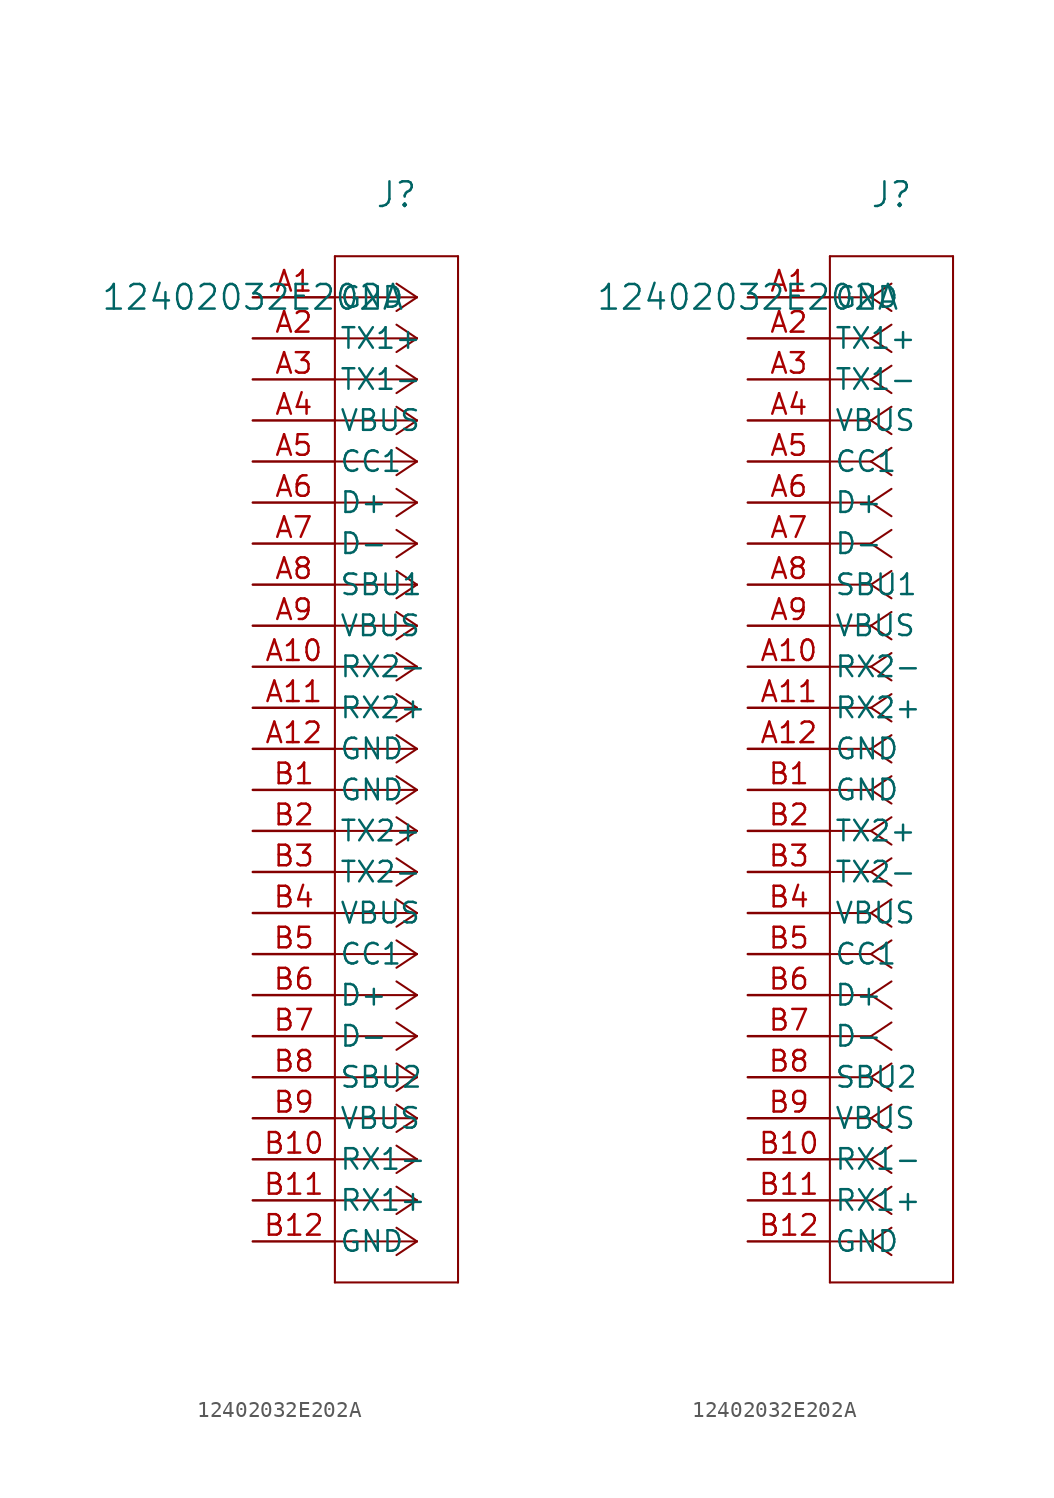
<source format=kicad_sym>
(kicad_symbol_lib
  (version 20220914)
  (generator kicad_symbol_editor)
  (symbol "12402032E202A"
    (pin_names
      (offset 0.254))
    (property "Reference" "J"
      (at 8.89 6.35 0)
      (effects (font (size 1.524 1.524))))
    (property "Value" "12402032E202A"
      (at 0 0 0)
      (effects (font (size 1.524 1.524))))
    (property "ki_locked" ""
      (at 0 0 0)
      (effects (font (size 1.27 1.27))))
    (symbol "12402032E202A_1_1"
      (polyline (pts (xy 5.08 -60.96) (xy 12.7 -60.96)) (stroke (width 0.127) (type default)) (fill (type none)))
      (polyline (pts (xy 5.08 2.54) (xy 5.08 -60.96)) (stroke (width 0.127) (type default)) (fill (type none)))
      (polyline (pts (xy 10.16 -58.42) (xy 5.08 -58.42)) (stroke (width 0.127) (type default)) (fill (type none)))
      (polyline (pts (xy 10.16 -58.42) (xy 8.89 -59.267)) (stroke (width 0.127) (type default)) (fill (type none)))
      (polyline (pts (xy 10.16 -58.42) (xy 8.89 -57.573)) (stroke (width 0.127) (type default)) (fill (type none)))
      (polyline (pts (xy 10.16 -55.88) (xy 5.08 -55.88)) (stroke (width 0.127) (type default)) (fill (type none)))
      (polyline (pts (xy 10.16 -55.88) (xy 8.89 -56.727)) (stroke (width 0.127) (type default)) (fill (type none)))
      (polyline (pts (xy 10.16 -55.88) (xy 8.89 -55.033)) (stroke (width 0.127) (type default)) (fill (type none)))
      (polyline (pts (xy 10.16 -53.34) (xy 5.08 -53.34)) (stroke (width 0.127) (type default)) (fill (type none)))
      (polyline (pts (xy 10.16 -53.34) (xy 8.89 -54.187)) (stroke (width 0.127) (type default)) (fill (type none)))
      (polyline (pts (xy 10.16 -53.34) (xy 8.89 -52.493)) (stroke (width 0.127) (type default)) (fill (type none)))
      (polyline (pts (xy 10.16 -50.8) (xy 5.08 -50.8)) (stroke (width 0.127) (type default)) (fill (type none)))
      (polyline (pts (xy 10.16 -50.8) (xy 8.89 -51.647)) (stroke (width 0.127) (type default)) (fill (type none)))
      (polyline (pts (xy 10.16 -50.8) (xy 8.89 -49.953)) (stroke (width 0.127) (type default)) (fill (type none)))
      (polyline (pts (xy 10.16 -48.26) (xy 5.08 -48.26)) (stroke (width 0.127) (type default)) (fill (type none)))
      (polyline (pts (xy 10.16 -48.26) (xy 8.89 -49.107)) (stroke (width 0.127) (type default)) (fill (type none)))
      (polyline (pts (xy 10.16 -48.26) (xy 8.89 -47.413)) (stroke (width 0.127) (type default)) (fill (type none)))
      (polyline (pts (xy 10.16 -45.72) (xy 5.08 -45.72)) (stroke (width 0.127) (type default)) (fill (type none)))
      (polyline (pts (xy 10.16 -45.72) (xy 8.89 -46.567)) (stroke (width 0.127) (type default)) (fill (type none)))
      (polyline (pts (xy 10.16 -45.72) (xy 8.89 -44.873)) (stroke (width 0.127) (type default)) (fill (type none)))
      (polyline (pts (xy 10.16 -43.18) (xy 5.08 -43.18)) (stroke (width 0.127) (type default)) (fill (type none)))
      (polyline (pts (xy 10.16 -43.18) (xy 8.89 -44.027)) (stroke (width 0.127) (type default)) (fill (type none)))
      (polyline (pts (xy 10.16 -43.18) (xy 8.89 -42.333)) (stroke (width 0.127) (type default)) (fill (type none)))
      (polyline (pts (xy 10.16 -40.64) (xy 5.08 -40.64)) (stroke (width 0.127) (type default)) (fill (type none)))
      (polyline (pts (xy 10.16 -40.64) (xy 8.89 -41.487)) (stroke (width 0.127) (type default)) (fill (type none)))
      (polyline (pts (xy 10.16 -40.64) (xy 8.89 -39.793)) (stroke (width 0.127) (type default)) (fill (type none)))
      (polyline (pts (xy 10.16 -38.1) (xy 5.08 -38.1)) (stroke (width 0.127) (type default)) (fill (type none)))
      (polyline (pts (xy 10.16 -38.1) (xy 8.89 -38.947)) (stroke (width 0.127) (type default)) (fill (type none)))
      (polyline (pts (xy 10.16 -38.1) (xy 8.89 -37.253)) (stroke (width 0.127) (type default)) (fill (type none)))
      (polyline (pts (xy 10.16 -35.56) (xy 5.08 -35.56)) (stroke (width 0.127) (type default)) (fill (type none)))
      (polyline (pts (xy 10.16 -35.56) (xy 8.89 -36.407)) (stroke (width 0.127) (type default)) (fill (type none)))
      (polyline (pts (xy 10.16 -35.56) (xy 8.89 -34.713)) (stroke (width 0.127) (type default)) (fill (type none)))
      (polyline (pts (xy 10.16 -33.02) (xy 5.08 -33.02)) (stroke (width 0.127) (type default)) (fill (type none)))
      (polyline (pts (xy 10.16 -33.02) (xy 8.89 -33.867)) (stroke (width 0.127) (type default)) (fill (type none)))
      (polyline (pts (xy 10.16 -33.02) (xy 8.89 -32.173)) (stroke (width 0.127) (type default)) (fill (type none)))
      (polyline (pts (xy 10.16 -30.48) (xy 5.08 -30.48)) (stroke (width 0.127) (type default)) (fill (type none)))
      (polyline (pts (xy 10.16 -30.48) (xy 8.89 -31.327)) (stroke (width 0.127) (type default)) (fill (type none)))
      (polyline (pts (xy 10.16 -30.48) (xy 8.89 -29.633)) (stroke (width 0.127) (type default)) (fill (type none)))
      (polyline (pts (xy 10.16 -27.94) (xy 5.08 -27.94)) (stroke (width 0.127) (type default)) (fill (type none)))
      (polyline (pts (xy 10.16 -27.94) (xy 8.89 -28.787)) (stroke (width 0.127) (type default)) (fill (type none)))
      (polyline (pts (xy 10.16 -27.94) (xy 8.89 -27.093)) (stroke (width 0.127) (type default)) (fill (type none)))
      (polyline (pts (xy 10.16 -25.4) (xy 5.08 -25.4)) (stroke (width 0.127) (type default)) (fill (type none)))
      (polyline (pts (xy 10.16 -25.4) (xy 8.89 -26.247)) (stroke (width 0.127) (type default)) (fill (type none)))
      (polyline (pts (xy 10.16 -25.4) (xy 8.89 -24.553)) (stroke (width 0.127) (type default)) (fill (type none)))
      (polyline (pts (xy 10.16 -22.86) (xy 5.08 -22.86)) (stroke (width 0.127) (type default)) (fill (type none)))
      (polyline (pts (xy 10.16 -22.86) (xy 8.89 -23.707)) (stroke (width 0.127) (type default)) (fill (type none)))
      (polyline (pts (xy 10.16 -22.86) (xy 8.89 -22.013)) (stroke (width 0.127) (type default)) (fill (type none)))
      (polyline (pts (xy 10.16 -20.32) (xy 5.08 -20.32)) (stroke (width 0.127) (type default)) (fill (type none)))
      (polyline (pts (xy 10.16 -20.32) (xy 8.89 -21.167)) (stroke (width 0.127) (type default)) (fill (type none)))
      (polyline (pts (xy 10.16 -20.32) (xy 8.89 -19.473)) (stroke (width 0.127) (type default)) (fill (type none)))
      (polyline (pts (xy 10.16 -17.78) (xy 5.08 -17.78)) (stroke (width 0.127) (type default)) (fill (type none)))
      (polyline (pts (xy 10.16 -17.78) (xy 8.89 -18.627)) (stroke (width 0.127) (type default)) (fill (type none)))
      (polyline (pts (xy 10.16 -17.78) (xy 8.89 -16.933)) (stroke (width 0.127) (type default)) (fill (type none)))
      (polyline (pts (xy 10.16 -15.24) (xy 5.08 -15.24)) (stroke (width 0.127) (type default)) (fill (type none)))
      (polyline (pts (xy 10.16 -15.24) (xy 8.89 -16.087)) (stroke (width 0.127) (type default)) (fill (type none)))
      (polyline (pts (xy 10.16 -15.24) (xy 8.89 -14.393)) (stroke (width 0.127) (type default)) (fill (type none)))
      (polyline (pts (xy 10.16 -12.7) (xy 5.08 -12.7)) (stroke (width 0.127) (type default)) (fill (type none)))
      (polyline (pts (xy 10.16 -12.7) (xy 8.89 -13.547)) (stroke (width 0.127) (type default)) (fill (type none)))
      (polyline (pts (xy 10.16 -12.7) (xy 8.89 -11.853)) (stroke (width 0.127) (type default)) (fill (type none)))
      (polyline (pts (xy 10.16 -10.16) (xy 5.08 -10.16)) (stroke (width 0.127) (type default)) (fill (type none)))
      (polyline (pts (xy 10.16 -10.16) (xy 8.89 -11.007)) (stroke (width 0.127) (type default)) (fill (type none)))
      (polyline (pts (xy 10.16 -10.16) (xy 8.89 -9.313)) (stroke (width 0.127) (type default)) (fill (type none)))
      (polyline (pts (xy 10.16 -7.62) (xy 5.08 -7.62)) (stroke (width 0.127) (type default)) (fill (type none)))
      (polyline (pts (xy 10.16 -7.62) (xy 8.89 -8.467)) (stroke (width 0.127) (type default)) (fill (type none)))
      (polyline (pts (xy 10.16 -7.62) (xy 8.89 -6.773)) (stroke (width 0.127) (type default)) (fill (type none)))
      (polyline (pts (xy 10.16 -5.08) (xy 5.08 -5.08)) (stroke (width 0.127) (type default)) (fill (type none)))
      (polyline (pts (xy 10.16 -5.08) (xy 8.89 -5.927)) (stroke (width 0.127) (type default)) (fill (type none)))
      (polyline (pts (xy 10.16 -5.08) (xy 8.89 -4.233)) (stroke (width 0.127) (type default)) (fill (type none)))
      (polyline (pts (xy 10.16 -2.54) (xy 5.08 -2.54)) (stroke (width 0.127) (type default)) (fill (type none)))
      (polyline (pts (xy 10.16 -2.54) (xy 8.89 -3.387)) (stroke (width 0.127) (type default)) (fill (type none)))
      (polyline (pts (xy 10.16 -2.54) (xy 8.89 -1.693)) (stroke (width 0.127) (type default)) (fill (type none)))
      (polyline (pts (xy 10.16 0) (xy 5.08 0)) (stroke (width 0.127) (type default)) (fill (type none)))
      (polyline (pts (xy 10.16 0) (xy 8.89 -0.847)) (stroke (width 0.127) (type default)) (fill (type none)))
      (polyline (pts (xy 10.16 0) (xy 8.89 0.847)) (stroke (width 0.127) (type default)) (fill (type none)))
      (polyline (pts (xy 12.7 -60.96) (xy 12.7 2.54)) (stroke (width 0.127) (type default)) (fill (type none)))
      (polyline (pts (xy 12.7 2.54) (xy 5.08 2.54)) (stroke (width 0.127) (type default)) (fill (type none)))
      (pin power_out line (at 0 0 0) (length 5.08) (name "GND" (effects (font (size 1.27 1.27)))) (number "A1" (effects (font (size 1.27 1.27)))))
      (pin bidirectional line (at 0 -22.86 0) (length 5.08) (name "RX2-" (effects (font (size 1.27 1.27)))) (number "A10" (effects (font (size 1.27 1.27)))))
      (pin bidirectional line (at 0 -25.4 0) (length 5.08) (name "RX2+" (effects (font (size 1.27 1.27)))) (number "A11" (effects (font (size 1.27 1.27)))))
      (pin power_out line (at 0 -27.94 0) (length 5.08) (name "GND" (effects (font (size 1.27 1.27)))) (number "A12" (effects (font (size 1.27 1.27)))))
      (pin bidirectional line (at 0 -2.54 0) (length 5.08) (name "TX1+" (effects (font (size 1.27 1.27)))) (number "A2" (effects (font (size 1.27 1.27)))))
      (pin bidirectional line (at 0 -5.08 0) (length 5.08) (name "TX1-" (effects (font (size 1.27 1.27)))) (number "A3" (effects (font (size 1.27 1.27)))))
      (pin power_in line (at 0 -7.62 0) (length 5.08) (name "VBUS" (effects (font (size 1.27 1.27)))) (number "A4" (effects (font (size 1.27 1.27)))))
      (pin bidirectional line (at 0 -10.16 0) (length 5.08) (name "CC1" (effects (font (size 1.27 1.27)))) (number "A5" (effects (font (size 1.27 1.27)))))
      (pin unspecified line (at 0 -12.7 0) (length 5.08) (name "D+" (effects (font (size 1.27 1.27)))) (number "A6" (effects (font (size 1.27 1.27)))))
      (pin bidirectional line (at 0 -15.24 0) (length 5.08) (name "D-" (effects (font (size 1.27 1.27)))) (number "A7" (effects (font (size 1.27 1.27)))))
      (pin bidirectional line (at 0 -17.78 0) (length 5.08) (name "SBU1" (effects (font (size 1.27 1.27)))) (number "A8" (effects (font (size 1.27 1.27)))))
      (pin power_in line (at 0 -20.32 0) (length 5.08) (name "VBUS" (effects (font (size 1.27 1.27)))) (number "A9" (effects (font (size 1.27 1.27)))))
      (pin power_out line (at 0 -30.48 0) (length 5.08) (name "GND" (effects (font (size 1.27 1.27)))) (number "B1" (effects (font (size 1.27 1.27)))))
      (pin bidirectional line (at 0 -53.34 0) (length 5.08) (name "RX1-" (effects (font (size 1.27 1.27)))) (number "B10" (effects (font (size 1.27 1.27)))))
      (pin bidirectional line (at 0 -55.88 0) (length 5.08) (name "RX1+" (effects (font (size 1.27 1.27)))) (number "B11" (effects (font (size 1.27 1.27)))))
      (pin power_out line (at 0 -58.42 0) (length 5.08) (name "GND" (effects (font (size 1.27 1.27)))) (number "B12" (effects (font (size 1.27 1.27)))))
      (pin bidirectional line (at 0 -33.02 0) (length 5.08) (name "TX2+" (effects (font (size 1.27 1.27)))) (number "B2" (effects (font (size 1.27 1.27)))))
      (pin bidirectional line (at 0 -35.56 0) (length 5.08) (name "TX2-" (effects (font (size 1.27 1.27)))) (number "B3" (effects (font (size 1.27 1.27)))))
      (pin power_in line (at 0 -38.1 0) (length 5.08) (name "VBUS" (effects (font (size 1.27 1.27)))) (number "B4" (effects (font (size 1.27 1.27)))))
      (pin bidirectional line (at 0 -40.64 0) (length 5.08) (name "CC1" (effects (font (size 1.27 1.27)))) (number "B5" (effects (font (size 1.27 1.27)))))
      (pin unspecified line (at 0 -43.18 0) (length 5.08) (name "D+" (effects (font (size 1.27 1.27)))) (number "B6" (effects (font (size 1.27 1.27)))))
      (pin bidirectional line (at 0 -45.72 0) (length 5.08) (name "D-" (effects (font (size 1.27 1.27)))) (number "B7" (effects (font (size 1.27 1.27)))))
      (pin bidirectional line (at 0 -48.26 0) (length 5.08) (name "SBU2" (effects (font (size 1.27 1.27)))) (number "B8" (effects (font (size 1.27 1.27)))))
      (pin power_in line (at 0 -50.8 0) (length 5.08) (name "VBUS" (effects (font (size 1.27 1.27)))) (number "B9" (effects (font (size 1.27 1.27))))))
    (symbol "12402032E202A_1_2"
      (polyline (pts (xy 5.08 -60.96) (xy 12.7 -60.96)) (stroke (width 0.127) (type default)) (fill (type none)))
      (polyline (pts (xy 5.08 2.54) (xy 5.08 -60.96)) (stroke (width 0.127) (type default)) (fill (type none)))
      (polyline (pts (xy 7.62 -58.42) (xy 5.08 -58.42)) (stroke (width 0.127) (type default)) (fill (type none)))
      (polyline (pts (xy 7.62 -58.42) (xy 8.89 -59.267)) (stroke (width 0.127) (type default)) (fill (type none)))
      (polyline (pts (xy 7.62 -58.42) (xy 8.89 -57.573)) (stroke (width 0.127) (type default)) (fill (type none)))
      (polyline (pts (xy 7.62 -55.88) (xy 5.08 -55.88)) (stroke (width 0.127) (type default)) (fill (type none)))
      (polyline (pts (xy 7.62 -55.88) (xy 8.89 -56.727)) (stroke (width 0.127) (type default)) (fill (type none)))
      (polyline (pts (xy 7.62 -55.88) (xy 8.89 -55.033)) (stroke (width 0.127) (type default)) (fill (type none)))
      (polyline (pts (xy 7.62 -53.34) (xy 5.08 -53.34)) (stroke (width 0.127) (type default)) (fill (type none)))
      (polyline (pts (xy 7.62 -53.34) (xy 8.89 -54.187)) (stroke (width 0.127) (type default)) (fill (type none)))
      (polyline (pts (xy 7.62 -53.34) (xy 8.89 -52.493)) (stroke (width 0.127) (type default)) (fill (type none)))
      (polyline (pts (xy 7.62 -50.8) (xy 5.08 -50.8)) (stroke (width 0.127) (type default)) (fill (type none)))
      (polyline (pts (xy 7.62 -50.8) (xy 8.89 -51.647)) (stroke (width 0.127) (type default)) (fill (type none)))
      (polyline (pts (xy 7.62 -50.8) (xy 8.89 -49.953)) (stroke (width 0.127) (type default)) (fill (type none)))
      (polyline (pts (xy 7.62 -48.26) (xy 5.08 -48.26)) (stroke (width 0.127) (type default)) (fill (type none)))
      (polyline (pts (xy 7.62 -48.26) (xy 8.89 -49.107)) (stroke (width 0.127) (type default)) (fill (type none)))
      (polyline (pts (xy 7.62 -48.26) (xy 8.89 -47.413)) (stroke (width 0.127) (type default)) (fill (type none)))
      (polyline (pts (xy 7.62 -45.72) (xy 5.08 -45.72)) (stroke (width 0.127) (type default)) (fill (type none)))
      (polyline (pts (xy 7.62 -45.72) (xy 8.89 -46.567)) (stroke (width 0.127) (type default)) (fill (type none)))
      (polyline (pts (xy 7.62 -45.72) (xy 8.89 -44.873)) (stroke (width 0.127) (type default)) (fill (type none)))
      (polyline (pts (xy 7.62 -43.18) (xy 5.08 -43.18)) (stroke (width 0.127) (type default)) (fill (type none)))
      (polyline (pts (xy 7.62 -43.18) (xy 8.89 -44.027)) (stroke (width 0.127) (type default)) (fill (type none)))
      (polyline (pts (xy 7.62 -43.18) (xy 8.89 -42.333)) (stroke (width 0.127) (type default)) (fill (type none)))
      (polyline (pts (xy 7.62 -40.64) (xy 5.08 -40.64)) (stroke (width 0.127) (type default)) (fill (type none)))
      (polyline (pts (xy 7.62 -40.64) (xy 8.89 -41.487)) (stroke (width 0.127) (type default)) (fill (type none)))
      (polyline (pts (xy 7.62 -40.64) (xy 8.89 -39.793)) (stroke (width 0.127) (type default)) (fill (type none)))
      (polyline (pts (xy 7.62 -38.1) (xy 5.08 -38.1)) (stroke (width 0.127) (type default)) (fill (type none)))
      (polyline (pts (xy 7.62 -38.1) (xy 8.89 -38.947)) (stroke (width 0.127) (type default)) (fill (type none)))
      (polyline (pts (xy 7.62 -38.1) (xy 8.89 -37.253)) (stroke (width 0.127) (type default)) (fill (type none)))
      (polyline (pts (xy 7.62 -35.56) (xy 5.08 -35.56)) (stroke (width 0.127) (type default)) (fill (type none)))
      (polyline (pts (xy 7.62 -35.56) (xy 8.89 -36.407)) (stroke (width 0.127) (type default)) (fill (type none)))
      (polyline (pts (xy 7.62 -35.56) (xy 8.89 -34.713)) (stroke (width 0.127) (type default)) (fill (type none)))
      (polyline (pts (xy 7.62 -33.02) (xy 5.08 -33.02)) (stroke (width 0.127) (type default)) (fill (type none)))
      (polyline (pts (xy 7.62 -33.02) (xy 8.89 -33.867)) (stroke (width 0.127) (type default)) (fill (type none)))
      (polyline (pts (xy 7.62 -33.02) (xy 8.89 -32.173)) (stroke (width 0.127) (type default)) (fill (type none)))
      (polyline (pts (xy 7.62 -30.48) (xy 5.08 -30.48)) (stroke (width 0.127) (type default)) (fill (type none)))
      (polyline (pts (xy 7.62 -30.48) (xy 8.89 -31.327)) (stroke (width 0.127) (type default)) (fill (type none)))
      (polyline (pts (xy 7.62 -30.48) (xy 8.89 -29.633)) (stroke (width 0.127) (type default)) (fill (type none)))
      (polyline (pts (xy 7.62 -27.94) (xy 5.08 -27.94)) (stroke (width 0.127) (type default)) (fill (type none)))
      (polyline (pts (xy 7.62 -27.94) (xy 8.89 -28.787)) (stroke (width 0.127) (type default)) (fill (type none)))
      (polyline (pts (xy 7.62 -27.94) (xy 8.89 -27.093)) (stroke (width 0.127) (type default)) (fill (type none)))
      (polyline (pts (xy 7.62 -25.4) (xy 5.08 -25.4)) (stroke (width 0.127) (type default)) (fill (type none)))
      (polyline (pts (xy 7.62 -25.4) (xy 8.89 -26.247)) (stroke (width 0.127) (type default)) (fill (type none)))
      (polyline (pts (xy 7.62 -25.4) (xy 8.89 -24.553)) (stroke (width 0.127) (type default)) (fill (type none)))
      (polyline (pts (xy 7.62 -22.86) (xy 5.08 -22.86)) (stroke (width 0.127) (type default)) (fill (type none)))
      (polyline (pts (xy 7.62 -22.86) (xy 8.89 -23.707)) (stroke (width 0.127) (type default)) (fill (type none)))
      (polyline (pts (xy 7.62 -22.86) (xy 8.89 -22.013)) (stroke (width 0.127) (type default)) (fill (type none)))
      (polyline (pts (xy 7.62 -20.32) (xy 5.08 -20.32)) (stroke (width 0.127) (type default)) (fill (type none)))
      (polyline (pts (xy 7.62 -20.32) (xy 8.89 -21.167)) (stroke (width 0.127) (type default)) (fill (type none)))
      (polyline (pts (xy 7.62 -20.32) (xy 8.89 -19.473)) (stroke (width 0.127) (type default)) (fill (type none)))
      (polyline (pts (xy 7.62 -17.78) (xy 5.08 -17.78)) (stroke (width 0.127) (type default)) (fill (type none)))
      (polyline (pts (xy 7.62 -17.78) (xy 8.89 -18.627)) (stroke (width 0.127) (type default)) (fill (type none)))
      (polyline (pts (xy 7.62 -17.78) (xy 8.89 -16.933)) (stroke (width 0.127) (type default)) (fill (type none)))
      (polyline (pts (xy 7.62 -15.24) (xy 5.08 -15.24)) (stroke (width 0.127) (type default)) (fill (type none)))
      (polyline (pts (xy 7.62 -15.24) (xy 8.89 -16.087)) (stroke (width 0.127) (type default)) (fill (type none)))
      (polyline (pts (xy 7.62 -15.24) (xy 8.89 -14.393)) (stroke (width 0.127) (type default)) (fill (type none)))
      (polyline (pts (xy 7.62 -12.7) (xy 5.08 -12.7)) (stroke (width 0.127) (type default)) (fill (type none)))
      (polyline (pts (xy 7.62 -12.7) (xy 8.89 -13.547)) (stroke (width 0.127) (type default)) (fill (type none)))
      (polyline (pts (xy 7.62 -12.7) (xy 8.89 -11.853)) (stroke (width 0.127) (type default)) (fill (type none)))
      (polyline (pts (xy 7.62 -10.16) (xy 5.08 -10.16)) (stroke (width 0.127) (type default)) (fill (type none)))
      (polyline (pts (xy 7.62 -10.16) (xy 8.89 -11.007)) (stroke (width 0.127) (type default)) (fill (type none)))
      (polyline (pts (xy 7.62 -10.16) (xy 8.89 -9.313)) (stroke (width 0.127) (type default)) (fill (type none)))
      (polyline (pts (xy 7.62 -7.62) (xy 5.08 -7.62)) (stroke (width 0.127) (type default)) (fill (type none)))
      (polyline (pts (xy 7.62 -7.62) (xy 8.89 -8.467)) (stroke (width 0.127) (type default)) (fill (type none)))
      (polyline (pts (xy 7.62 -7.62) (xy 8.89 -6.773)) (stroke (width 0.127) (type default)) (fill (type none)))
      (polyline (pts (xy 7.62 -5.08) (xy 5.08 -5.08)) (stroke (width 0.127) (type default)) (fill (type none)))
      (polyline (pts (xy 7.62 -5.08) (xy 8.89 -5.927)) (stroke (width 0.127) (type default)) (fill (type none)))
      (polyline (pts (xy 7.62 -5.08) (xy 8.89 -4.233)) (stroke (width 0.127) (type default)) (fill (type none)))
      (polyline (pts (xy 7.62 -2.54) (xy 5.08 -2.54)) (stroke (width 0.127) (type default)) (fill (type none)))
      (polyline (pts (xy 7.62 -2.54) (xy 8.89 -3.387)) (stroke (width 0.127) (type default)) (fill (type none)))
      (polyline (pts (xy 7.62 -2.54) (xy 8.89 -1.693)) (stroke (width 0.127) (type default)) (fill (type none)))
      (polyline (pts (xy 7.62 0) (xy 5.08 0)) (stroke (width 0.127) (type default)) (fill (type none)))
      (polyline (pts (xy 7.62 0) (xy 8.89 -0.847)) (stroke (width 0.127) (type default)) (fill (type none)))
      (polyline (pts (xy 7.62 0) (xy 8.89 0.847)) (stroke (width 0.127) (type default)) (fill (type none)))
      (polyline (pts (xy 12.7 -60.96) (xy 12.7 2.54)) (stroke (width 0.127) (type default)) (fill (type none)))
      (polyline (pts (xy 12.7 2.54) (xy 5.08 2.54)) (stroke (width 0.127) (type default)) (fill (type none)))
      (pin power_out line (at 0 0 0) (length 5.08) (name "GND" (effects (font (size 1.27 1.27)))) (number "A1" (effects (font (size 1.27 1.27)))))
      (pin bidirectional line (at 0 -22.86 0) (length 5.08) (name "RX2-" (effects (font (size 1.27 1.27)))) (number "A10" (effects (font (size 1.27 1.27)))))
      (pin bidirectional line (at 0 -25.4 0) (length 5.08) (name "RX2+" (effects (font (size 1.27 1.27)))) (number "A11" (effects (font (size 1.27 1.27)))))
      (pin power_out line (at 0 -27.94 0) (length 5.08) (name "GND" (effects (font (size 1.27 1.27)))) (number "A12" (effects (font (size 1.27 1.27)))))
      (pin bidirectional line (at 0 -2.54 0) (length 5.08) (name "TX1+" (effects (font (size 1.27 1.27)))) (number "A2" (effects (font (size 1.27 1.27)))))
      (pin bidirectional line (at 0 -5.08 0) (length 5.08) (name "TX1-" (effects (font (size 1.27 1.27)))) (number "A3" (effects (font (size 1.27 1.27)))))
      (pin power_in line (at 0 -7.62 0) (length 5.08) (name "VBUS" (effects (font (size 1.27 1.27)))) (number "A4" (effects (font (size 1.27 1.27)))))
      (pin bidirectional line (at 0 -10.16 0) (length 5.08) (name "CC1" (effects (font (size 1.27 1.27)))) (number "A5" (effects (font (size 1.27 1.27)))))
      (pin unspecified line (at 0 -12.7 0) (length 5.08) (name "D+" (effects (font (size 1.27 1.27)))) (number "A6" (effects (font (size 1.27 1.27)))))
      (pin bidirectional line (at 0 -15.24 0) (length 5.08) (name "D-" (effects (font (size 1.27 1.27)))) (number "A7" (effects (font (size 1.27 1.27)))))
      (pin bidirectional line (at 0 -17.78 0) (length 5.08) (name "SBU1" (effects (font (size 1.27 1.27)))) (number "A8" (effects (font (size 1.27 1.27)))))
      (pin power_in line (at 0 -20.32 0) (length 5.08) (name "VBUS" (effects (font (size 1.27 1.27)))) (number "A9" (effects (font (size 1.27 1.27)))))
      (pin power_out line (at 0 -30.48 0) (length 5.08) (name "GND" (effects (font (size 1.27 1.27)))) (number "B1" (effects (font (size 1.27 1.27)))))
      (pin bidirectional line (at 0 -53.34 0) (length 5.08) (name "RX1-" (effects (font (size 1.27 1.27)))) (number "B10" (effects (font (size 1.27 1.27)))))
      (pin bidirectional line (at 0 -55.88 0) (length 5.08) (name "RX1+" (effects (font (size 1.27 1.27)))) (number "B11" (effects (font (size 1.27 1.27)))))
      (pin power_out line (at 0 -58.42 0) (length 5.08) (name "GND" (effects (font (size 1.27 1.27)))) (number "B12" (effects (font (size 1.27 1.27)))))
      (pin bidirectional line (at 0 -33.02 0) (length 5.08) (name "TX2+" (effects (font (size 1.27 1.27)))) (number "B2" (effects (font (size 1.27 1.27)))))
      (pin bidirectional line (at 0 -35.56 0) (length 5.08) (name "TX2-" (effects (font (size 1.27 1.27)))) (number "B3" (effects (font (size 1.27 1.27)))))
      (pin power_in line (at 0 -38.1 0) (length 5.08) (name "VBUS" (effects (font (size 1.27 1.27)))) (number "B4" (effects (font (size 1.27 1.27)))))
      (pin bidirectional line (at 0 -40.64 0) (length 5.08) (name "CC1" (effects (font (size 1.27 1.27)))) (number "B5" (effects (font (size 1.27 1.27)))))
      (pin unspecified line (at 0 -43.18 0) (length 5.08) (name "D+" (effects (font (size 1.27 1.27)))) (number "B6" (effects (font (size 1.27 1.27)))))
      (pin bidirectional line (at 0 -45.72 0) (length 5.08) (name "D-" (effects (font (size 1.27 1.27)))) (number "B7" (effects (font (size 1.27 1.27)))))
      (pin bidirectional line (at 0 -48.26 0) (length 5.08) (name "SBU2" (effects (font (size 1.27 1.27)))) (number "B8" (effects (font (size 1.27 1.27)))))
      (pin power_in line (at 0 -50.8 0) (length 5.08) (name "VBUS" (effects (font (size 1.27 1.27)))) (number "B9" (effects (font (size 1.27 1.27))))))))
</source>
